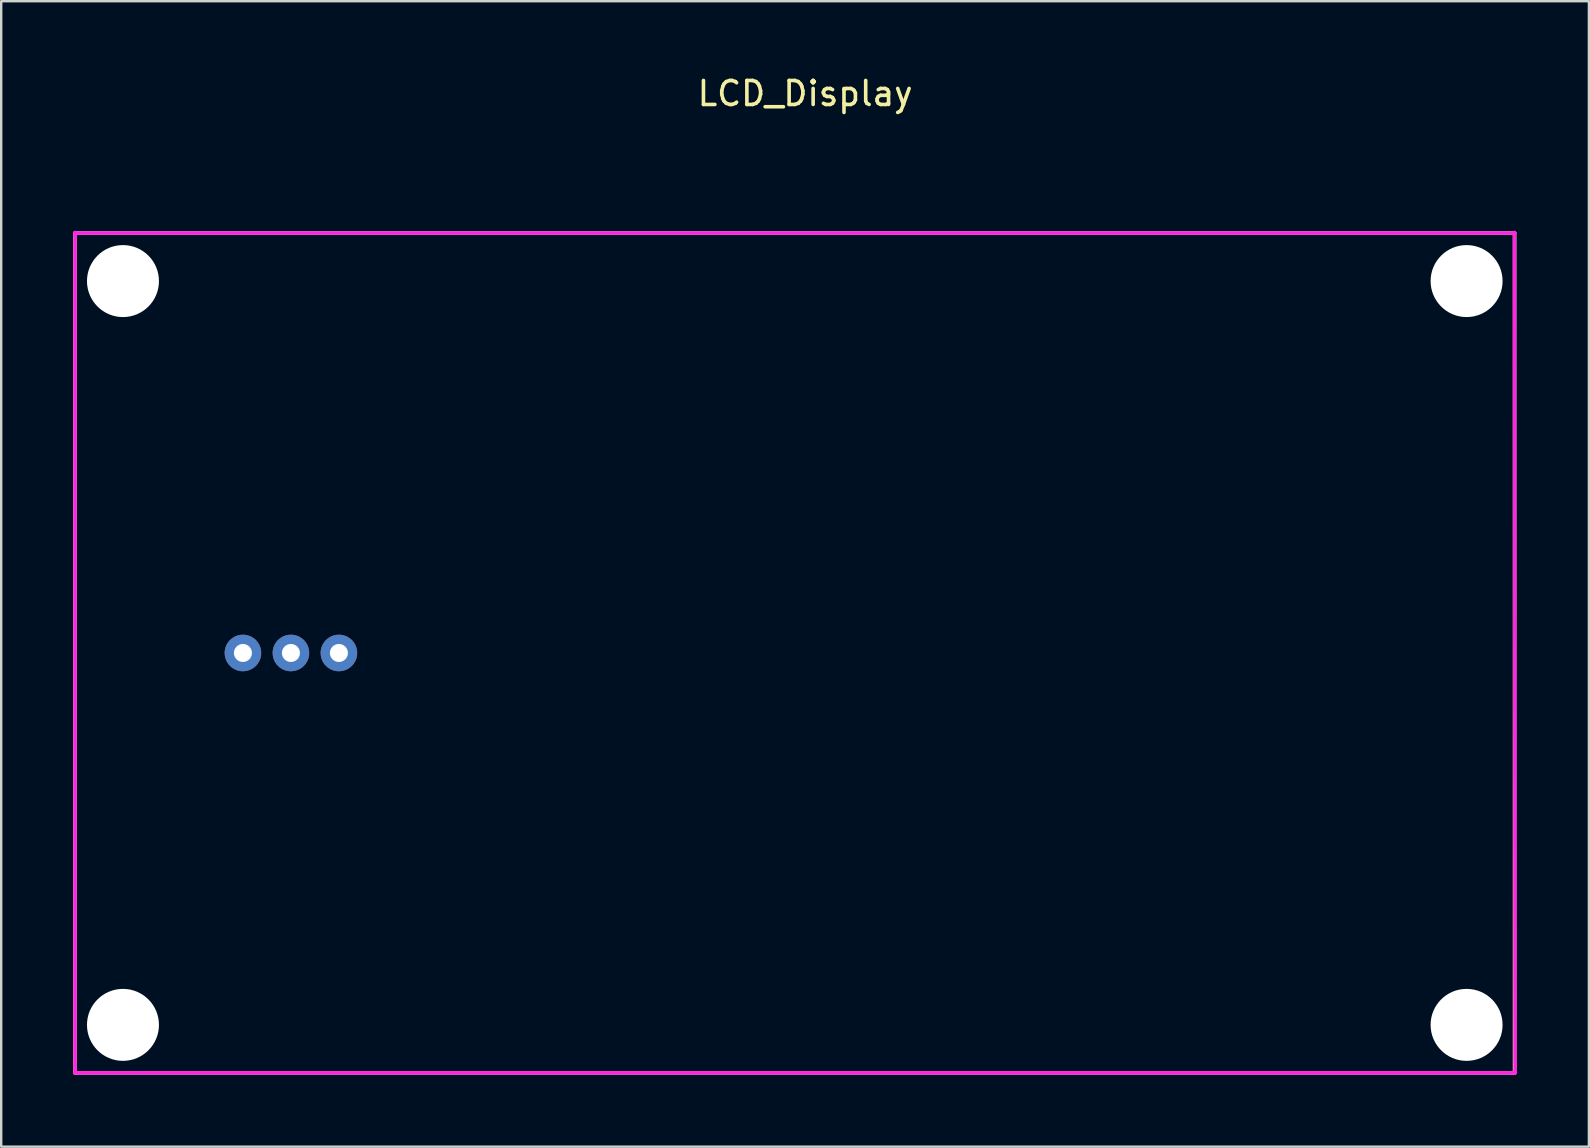
<source format=kicad_pcb>
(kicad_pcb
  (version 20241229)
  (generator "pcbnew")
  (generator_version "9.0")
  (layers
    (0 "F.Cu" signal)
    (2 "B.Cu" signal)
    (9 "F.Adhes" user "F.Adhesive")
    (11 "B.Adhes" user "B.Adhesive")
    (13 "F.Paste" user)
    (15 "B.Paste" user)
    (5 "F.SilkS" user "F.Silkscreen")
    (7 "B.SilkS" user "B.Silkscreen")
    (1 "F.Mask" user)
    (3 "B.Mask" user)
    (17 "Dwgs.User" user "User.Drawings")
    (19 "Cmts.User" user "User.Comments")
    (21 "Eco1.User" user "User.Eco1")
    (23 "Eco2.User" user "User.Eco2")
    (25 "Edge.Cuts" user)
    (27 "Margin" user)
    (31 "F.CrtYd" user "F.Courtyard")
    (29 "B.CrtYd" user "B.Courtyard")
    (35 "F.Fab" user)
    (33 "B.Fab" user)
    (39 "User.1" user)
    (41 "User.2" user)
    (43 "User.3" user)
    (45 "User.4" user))
  (footprint "LCD_Display"
    (layer "F.Cu")
    (at 30.075 24.165)
    (property "Reference" "LCD_Display" (at 0.432 -23.317 0) (layer "F.SilkS") (effects (font (size 1 1) (thickness 0.15))))
    (attr through_hole)
    (fp_line (start -30 -17.5) (end 30 -17.5) (stroke (width 0.15) (type solid)) (layer "F.SilkS"))
    (fp_line (start -30 17.5) (end -30 -17.5) (stroke (width 0.15) (type solid)) (layer "F.SilkS"))
    (fp_line (start 30 -17.5) (end 30 17.5) (stroke (width 0.15) (type solid)) (layer "F.SilkS"))
    (fp_line (start 30 17.5) (end -30 17.5) (stroke (width 0.15) (type solid)) (layer "F.SilkS"))
    (fp_line (start -29.997 -17.501) (end 29.997 -17.501) (stroke (width 0.15) (type solid)) (layer "F.CrtYd"))
    (fp_line (start -29.997 17.501) (end -29.997 -17.526) (stroke (width 0.15) (type solid)) (layer "F.CrtYd"))
    (fp_line (start 29.997 -17.526) (end 30.023 17.501) (stroke (width 0.15) (type solid)) (layer "F.CrtYd"))
    (fp_line (start 30.023 17.501) (end -29.997 17.501) (stroke (width 0.15) (type solid)) (layer "F.CrtYd"))
    (pad "" np_thru_hole circle (at -28 -15.5) (size 3 3) (drill 3) (layers "*.Cu" "*.Mask"))
    (pad "" np_thru_hole circle (at -28 15.5) (size 3 3) (drill 3) (layers "*.Cu" "*.Mask"))
    (pad "" np_thru_hole circle (at 28 -15.5) (size 3 3) (drill 3) (layers "*.Cu" "*.Mask"))
    (pad "" np_thru_hole circle (at 28 15.5) (size 3 3) (drill 3) (layers "*.Cu" "*.Mask"))
    (pad "GND" thru_hole circle (at -23 0) (size 1.524 1.524) (drill 0.751) (layers "*.Cu" "*.Mask"))
    (pad "SIG" thru_hole circle (at -19 0) (size 1.524 1.524) (drill 0.751) (layers "*.Cu" "*.Mask"))
    (pad "VIN" thru_hole circle (at -21 0) (size 1.524 1.524) (drill 0.751) (layers "*.Cu" "*.Mask")))
  (gr_rect
    (start -3 -3)
    (end 63.173 44.741)
    (stroke (width 0.1) (type default))
    (fill no)
    (layer "Edge.Cuts")))
</source>
